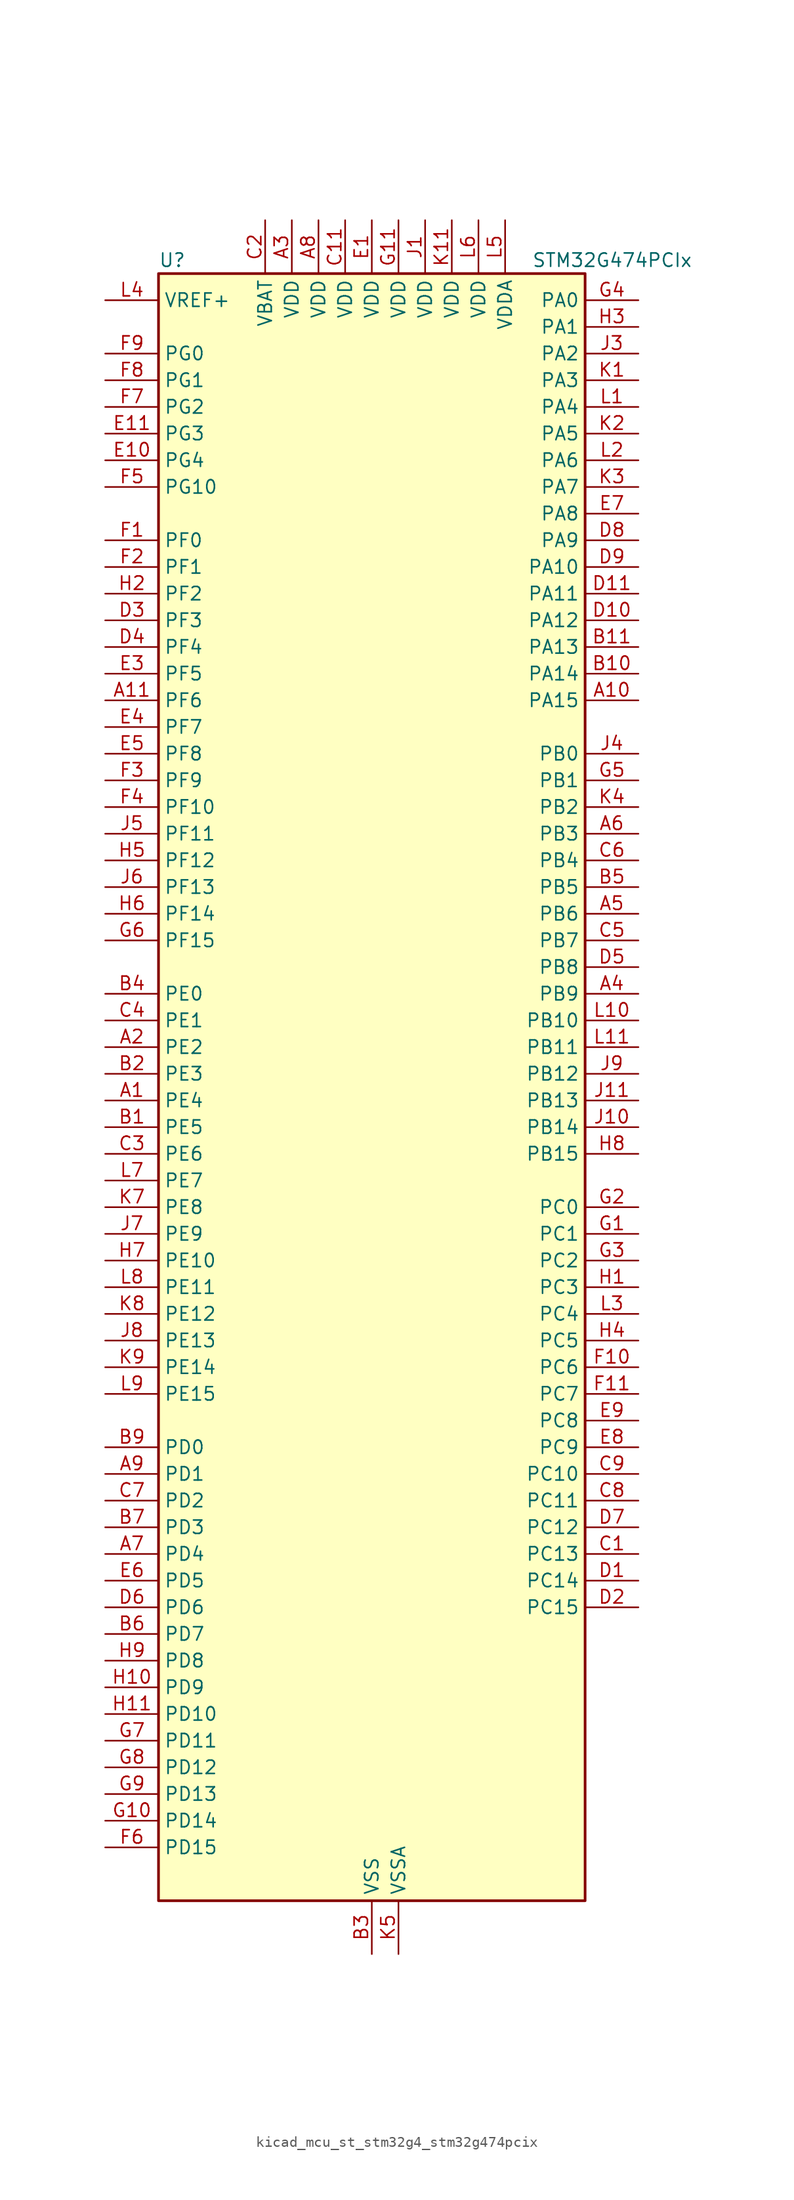
<source format=kicad_sym>
(kicad_symbol_lib
  (version 20220914)
  (generator kicad_symbol_editor)
  (symbol "kicad_mcu_st_stm32g4_stm32g474pcix"
    (property "Reference" "U"
      (at -20.32 80.01 0)
      (effects (font (size 1.27 1.27)) (justify left)))
    (property "Value" "STM32G474PCIx"
      (at 15.24 80.01 0)
      (effects (font (size 1.27 1.27)) (justify left)))
    (property "ki_locked" ""
      (at 0 0 0)
      (effects (font (size 1.27 1.27))))
    (symbol "kicad_mcu_st_stm32g4_stm32g474pcix_0_1"
      (rectangle (start -20.32 -76.2) (end 20.32 78.74) (stroke (width 0.254) (type default)) (fill (type background))))
    (symbol "kicad_mcu_st_stm32g4_stm32g474pcix_1_1"
      (pin bidirectional line (at -25.4 0 0) (length 5.08) (name "PE4" (effects (font (size 1.27 1.27)))) (number "A1" (effects (font (size 1.27 1.27)))) (alternate "FMC_A20" bidirectional line) (alternate "SAI1_D2" bidirectional line) (alternate "SAI1_FS_A" bidirectional line) (alternate "SPI4_NSS" bidirectional line) (alternate "SYS_TRACED1" bidirectional line) (alternate "TIM20_CH1N" bidirectional line) (alternate "TIM3_CH3" bidirectional line))
      (pin bidirectional line (at 25.4 38.1 180) (length 5.08) (name "PA15" (effects (font (size 1.27 1.27)))) (number "A10" (effects (font (size 1.27 1.27)))) (alternate "ADC1_EXTI15" bidirectional line) (alternate "ADC2_EXTI15" bidirectional line) (alternate "FDCAN3_TX" bidirectional line) (alternate "HRTIM1_FLT2" bidirectional line) (alternate "I2C1_SCL" bidirectional line) (alternate "I2S3_WS" bidirectional line) (alternate "SPI1_NSS" bidirectional line) (alternate "SPI3_NSS" bidirectional line) (alternate "SYS_JTDI" bidirectional line) (alternate "TIM1_BKIN" bidirectional line) (alternate "TIM2_CH1" bidirectional line) (alternate "TIM2_ETR" bidirectional line) (alternate "TIM8_CH1" bidirectional line) (alternate "UART4_DE" bidirectional line) (alternate "UART4_RTS" bidirectional line) (alternate "USART2_RX" bidirectional line))
      (pin bidirectional line (at -25.4 38.1 0) (length 5.08) (name "PF6" (effects (font (size 1.27 1.27)))) (number "A11" (effects (font (size 1.27 1.27)))) (alternate "I2C2_SCL" bidirectional line) (alternate "QUADSPI1_BK1_IO3" bidirectional line) (alternate "SAI1_SD_B" bidirectional line) (alternate "TIM4_CH4" bidirectional line) (alternate "TIM5_CH1" bidirectional line) (alternate "TIM5_ETR" bidirectional line) (alternate "USART3_RTS" bidirectional line))
      (pin bidirectional line (at -25.4 5.08 0) (length 5.08) (name "PE2" (effects (font (size 1.27 1.27)))) (number "A2" (effects (font (size 1.27 1.27)))) (alternate "ADC3_EXTI2" bidirectional line) (alternate "ADC4_EXTI2" bidirectional line) (alternate "ADC5_EXTI2" bidirectional line) (alternate "FMC_A23" bidirectional line) (alternate "SAI1_CK1" bidirectional line) (alternate "SAI1_MCLK_A" bidirectional line) (alternate "SPI4_SCK" bidirectional line) (alternate "SYS_TRACECLK" bidirectional line) (alternate "TIM20_CH1" bidirectional line) (alternate "TIM3_CH1" bidirectional line))
      (pin power_in line (at -7.62 83.82 270) (length 5.08) (name "VDD" (effects (font (size 1.27 1.27)))) (number "A3" (effects (font (size 1.27 1.27)))))
      (pin bidirectional line (at 25.4 10.16 180) (length 5.08) (name "PB9" (effects (font (size 1.27 1.27)))) (number "A4" (effects (font (size 1.27 1.27)))) (alternate "COMP2_OUT" bidirectional line) (alternate "DAC1_EXTI9" bidirectional line) (alternate "DAC2_EXTI9" bidirectional line) (alternate "DAC3_EXTI9" bidirectional line) (alternate "DAC4_EXTI9" bidirectional line) (alternate "FDCAN1_TX" bidirectional line) (alternate "HRTIM1_EEV5" bidirectional line) (alternate "I2C1_SDA" bidirectional line) (alternate "IR_OUT" bidirectional line) (alternate "SAI1_D2" bidirectional line) (alternate "SAI1_FS_A" bidirectional line) (alternate "TIM17_CH1" bidirectional line) (alternate "TIM1_CH3N" bidirectional line) (alternate "TIM4_CH4" bidirectional line) (alternate "TIM8_CH3" bidirectional line) (alternate "USART3_TX" bidirectional line))
      (pin bidirectional line (at 25.4 17.78 180) (length 5.08) (name "PB6" (effects (font (size 1.27 1.27)))) (number "A5" (effects (font (size 1.27 1.27)))) (alternate "COMP4_OUT" bidirectional line) (alternate "FDCAN2_TX" bidirectional line) (alternate "HRTIM1_EEV4" bidirectional line) (alternate "HRTIM1_SCIN" bidirectional line) (alternate "LPTIM1_ETR" bidirectional line) (alternate "SAI1_FS_B" bidirectional line) (alternate "TIM16_CH1N" bidirectional line) (alternate "TIM4_CH1" bidirectional line) (alternate "TIM8_BKIN2" bidirectional line) (alternate "TIM8_CH1" bidirectional line) (alternate "TIM8_ETR" bidirectional line) (alternate "UCPD1_CC1" bidirectional line) (alternate "USART1_TX" bidirectional line))
      (pin bidirectional line (at 25.4 25.4 180) (length 5.08) (name "PB3" (effects (font (size 1.27 1.27)))) (number "A6" (effects (font (size 1.27 1.27)))) (alternate "ADC3_EXTI3" bidirectional line) (alternate "ADC4_EXTI3" bidirectional line) (alternate "ADC5_EXTI3" bidirectional line) (alternate "CRS_SYNC" bidirectional line) (alternate "FDCAN3_RX" bidirectional line) (alternate "HRTIM1_EEV9" bidirectional line) (alternate "HRTIM1_SCOUT" bidirectional line) (alternate "I2S3_CK" bidirectional line) (alternate "SAI1_SCK_B" bidirectional line) (alternate "SPI1_SCK" bidirectional line) (alternate "SPI3_SCK" bidirectional line) (alternate "SYS_JTDO-SWO" bidirectional line) (alternate "TIM2_CH2" bidirectional line) (alternate "TIM3_ETR" bidirectional line) (alternate "TIM4_ETR" bidirectional line) (alternate "TIM8_CH1N" bidirectional line) (alternate "USART2_TX" bidirectional line))
      (pin bidirectional line (at -25.4 -43.18 0) (length 5.08) (name "PD4" (effects (font (size 1.27 1.27)))) (number "A7" (effects (font (size 1.27 1.27)))) (alternate "FMC_NOE" bidirectional line) (alternate "QUADSPI1_BK2_IO0" bidirectional line) (alternate "TIM2_CH2" bidirectional line) (alternate "USART2_DE" bidirectional line) (alternate "USART2_RTS" bidirectional line))
      (pin power_in line (at -5.08 83.82 270) (length 5.08) (name "VDD" (effects (font (size 1.27 1.27)))) (number "A8" (effects (font (size 1.27 1.27)))))
      (pin bidirectional line (at -25.4 -35.56 0) (length 5.08) (name "PD1" (effects (font (size 1.27 1.27)))) (number "A9" (effects (font (size 1.27 1.27)))) (alternate "FDCAN1_TX" bidirectional line) (alternate "FMC_D3" bidirectional line) (alternate "FMC_DA3" bidirectional line) (alternate "TIM8_BKIN2" bidirectional line) (alternate "TIM8_CH4" bidirectional line))
      (pin bidirectional line (at -25.4 -2.54 0) (length 5.08) (name "PE5" (effects (font (size 1.27 1.27)))) (number "B1" (effects (font (size 1.27 1.27)))) (alternate "FMC_A21" bidirectional line) (alternate "SAI1_CK2" bidirectional line) (alternate "SAI1_SCK_A" bidirectional line) (alternate "SPI4_MISO" bidirectional line) (alternate "SYS_TRACED2" bidirectional line) (alternate "TIM20_CH2N" bidirectional line) (alternate "TIM3_CH4" bidirectional line))
      (pin bidirectional line (at 25.4 40.64 180) (length 5.08) (name "PA14" (effects (font (size 1.27 1.27)))) (number "B10" (effects (font (size 1.27 1.27)))) (alternate "I2C1_SDA" bidirectional line) (alternate "I2C4_SMBA" bidirectional line) (alternate "LPTIM1_OUT" bidirectional line) (alternate "SAI1_FS_B" bidirectional line) (alternate "SYS_JTCK-SWCLK" bidirectional line) (alternate "TIM1_BKIN" bidirectional line) (alternate "TIM8_CH2" bidirectional line) (alternate "USART2_TX" bidirectional line))
      (pin bidirectional line (at 25.4 43.18 180) (length 5.08) (name "PA13" (effects (font (size 1.27 1.27)))) (number "B11" (effects (font (size 1.27 1.27)))) (alternate "I2C1_SCL" bidirectional line) (alternate "I2C4_SCL" bidirectional line) (alternate "IR_OUT" bidirectional line) (alternate "SAI1_SD_B" bidirectional line) (alternate "SYS_JTMS-SWDIO" bidirectional line) (alternate "TIM16_CH1N" bidirectional line) (alternate "TIM4_CH3" bidirectional line) (alternate "USART3_CTS" bidirectional line) (alternate "USART3_NSS" bidirectional line))
      (pin bidirectional line (at -25.4 2.54 0) (length 5.08) (name "PE3" (effects (font (size 1.27 1.27)))) (number "B2" (effects (font (size 1.27 1.27)))) (alternate "ADC3_EXTI3" bidirectional line) (alternate "ADC4_EXTI3" bidirectional line) (alternate "ADC5_EXTI3" bidirectional line) (alternate "FMC_A19" bidirectional line) (alternate "SAI1_SD_B" bidirectional line) (alternate "SPI4_NSS" bidirectional line) (alternate "SYS_TRACED0" bidirectional line) (alternate "TIM20_CH2" bidirectional line) (alternate "TIM3_CH2" bidirectional line))
      (pin power_in line (at 0 -81.28 90) (length 5.08) (name "VSS" (effects (font (size 1.27 1.27)))) (number "B3" (effects (font (size 1.27 1.27)))))
      (pin bidirectional line (at -25.4 10.16 0) (length 5.08) (name "PE0" (effects (font (size 1.27 1.27)))) (number "B4" (effects (font (size 1.27 1.27)))) (alternate "FMC_NBL0" bidirectional line) (alternate "TIM16_CH1" bidirectional line) (alternate "TIM20_CH4N" bidirectional line) (alternate "TIM20_ETR" bidirectional line) (alternate "TIM4_ETR" bidirectional line) (alternate "USART1_TX" bidirectional line))
      (pin bidirectional line (at 25.4 20.32 180) (length 5.08) (name "PB5" (effects (font (size 1.27 1.27)))) (number "B5" (effects (font (size 1.27 1.27)))) (alternate "FDCAN2_RX" bidirectional line) (alternate "HRTIM1_EEV6" bidirectional line) (alternate "I2C1_SMBA" bidirectional line) (alternate "I2C3_SDA" bidirectional line) (alternate "I2S3_SD" bidirectional line) (alternate "LPTIM1_IN1" bidirectional line) (alternate "SAI1_SD_B" bidirectional line) (alternate "SPI1_MOSI" bidirectional line) (alternate "SPI3_MOSI" bidirectional line) (alternate "TIM16_BKIN" bidirectional line) (alternate "TIM17_CH1" bidirectional line) (alternate "TIM3_CH2" bidirectional line) (alternate "TIM8_CH3N" bidirectional line) (alternate "UART5_CTS" bidirectional line) (alternate "USART2_CK" bidirectional line))
      (pin bidirectional line (at -25.4 -50.8 0) (length 5.08) (name "PD7" (effects (font (size 1.27 1.27)))) (number "B6" (effects (font (size 1.27 1.27)))) (alternate "FMC_NCE" bidirectional line) (alternate "FMC_NE1" bidirectional line) (alternate "QUADSPI1_BK2_IO3" bidirectional line) (alternate "TIM2_CH3" bidirectional line) (alternate "USART2_CK" bidirectional line))
      (pin bidirectional line (at -25.4 -40.64 0) (length 5.08) (name "PD3" (effects (font (size 1.27 1.27)))) (number "B7" (effects (font (size 1.27 1.27)))) (alternate "ADC3_EXTI3" bidirectional line) (alternate "ADC4_EXTI3" bidirectional line) (alternate "ADC5_EXTI3" bidirectional line) (alternate "FMC_CLK" bidirectional line) (alternate "QUADSPI1_BK2_NCS" bidirectional line) (alternate "TIM2_CH1" bidirectional line) (alternate "TIM2_ETR" bidirectional line) (alternate "USART2_CTS" bidirectional line) (alternate "USART2_NSS" bidirectional line))
      (pin passive line (at 0 -81.28 90) (length 5.08) hide (name "VSS" (effects (font (size 1.27 1.27)))) (number "B8" (effects (font (size 1.27 1.27)))))
      (pin bidirectional line (at -25.4 -33.02 0) (length 5.08) (name "PD0" (effects (font (size 1.27 1.27)))) (number "B9" (effects (font (size 1.27 1.27)))) (alternate "FDCAN1_RX" bidirectional line) (alternate "FMC_D2" bidirectional line) (alternate "FMC_DA2" bidirectional line) (alternate "TIM8_CH4N" bidirectional line))
      (pin bidirectional line (at 25.4 -43.18 180) (length 5.08) (name "PC13" (effects (font (size 1.27 1.27)))) (number "C1" (effects (font (size 1.27 1.27)))) (alternate "RTC_OUT1" bidirectional line) (alternate "RTC_TAMP1" bidirectional line) (alternate "RTC_TS" bidirectional line) (alternate "SYS_WKUP2" bidirectional line) (alternate "TIM1_BKIN" bidirectional line) (alternate "TIM1_CH1N" bidirectional line) (alternate "TIM8_CH4N" bidirectional line))
      (pin passive line (at 0 -81.28 90) (length 5.08) hide (name "VSS" (effects (font (size 1.27 1.27)))) (number "C10" (effects (font (size 1.27 1.27)))))
      (pin power_in line (at -2.54 83.82 270) (length 5.08) (name "VDD" (effects (font (size 1.27 1.27)))) (number "C11" (effects (font (size 1.27 1.27)))))
      (pin power_in line (at -10.16 83.82 270) (length 5.08) (name "VBAT" (effects (font (size 1.27 1.27)))) (number "C2" (effects (font (size 1.27 1.27)))))
      (pin bidirectional line (at -25.4 -5.08 0) (length 5.08) (name "PE6" (effects (font (size 1.27 1.27)))) (number "C3" (effects (font (size 1.27 1.27)))) (alternate "FMC_A22" bidirectional line) (alternate "RTC_TAMP3" bidirectional line) (alternate "SAI1_D1" bidirectional line) (alternate "SAI1_SD_A" bidirectional line) (alternate "SPI4_MOSI" bidirectional line) (alternate "SYS_TRACED3" bidirectional line) (alternate "SYS_WKUP3" bidirectional line) (alternate "TIM20_CH3N" bidirectional line))
      (pin bidirectional line (at -25.4 7.62 0) (length 5.08) (name "PE1" (effects (font (size 1.27 1.27)))) (number "C4" (effects (font (size 1.27 1.27)))) (alternate "FMC_NBL1" bidirectional line) (alternate "TIM17_CH1" bidirectional line) (alternate "TIM20_CH4" bidirectional line) (alternate "USART1_RX" bidirectional line))
      (pin bidirectional line (at 25.4 15.24 180) (length 5.08) (name "PB7" (effects (font (size 1.27 1.27)))) (number "C5" (effects (font (size 1.27 1.27)))) (alternate "COMP3_OUT" bidirectional line) (alternate "FMC_NL" bidirectional line) (alternate "HRTIM1_EEV3" bidirectional line) (alternate "I2C1_SDA" bidirectional line) (alternate "I2C4_SDA" bidirectional line) (alternate "LPTIM1_IN2" bidirectional line) (alternate "SYS_PVD_IN" bidirectional line) (alternate "TIM17_CH1N" bidirectional line) (alternate "TIM3_CH4" bidirectional line) (alternate "TIM4_CH2" bidirectional line) (alternate "TIM8_BKIN" bidirectional line) (alternate "UART4_CTS" bidirectional line) (alternate "USART1_RX" bidirectional line))
      (pin bidirectional line (at 25.4 22.86 180) (length 5.08) (name "PB4" (effects (font (size 1.27 1.27)))) (number "C6" (effects (font (size 1.27 1.27)))) (alternate "FDCAN3_TX" bidirectional line) (alternate "HRTIM1_EEV7" bidirectional line) (alternate "SAI1_MCLK_B" bidirectional line) (alternate "SPI1_MISO" bidirectional line) (alternate "SPI3_MISO" bidirectional line) (alternate "SYS_JTRST" bidirectional line) (alternate "TIM16_CH1" bidirectional line) (alternate "TIM17_BKIN" bidirectional line) (alternate "TIM3_CH1" bidirectional line) (alternate "TIM8_CH2N" bidirectional line) (alternate "UART5_DE" bidirectional line) (alternate "UART5_RTS" bidirectional line) (alternate "UCPD1_CC2" bidirectional line) (alternate "USART2_RX" bidirectional line))
      (pin bidirectional line (at -25.4 -38.1 0) (length 5.08) (name "PD2" (effects (font (size 1.27 1.27)))) (number "C7" (effects (font (size 1.27 1.27)))) (alternate "ADC3_EXTI2" bidirectional line) (alternate "ADC4_EXTI2" bidirectional line) (alternate "ADC5_EXTI2" bidirectional line) (alternate "TIM3_ETR" bidirectional line) (alternate "TIM8_BKIN" bidirectional line) (alternate "UART5_RX" bidirectional line))
      (pin bidirectional line (at 25.4 -38.1 180) (length 5.08) (name "PC11" (effects (font (size 1.27 1.27)))) (number "C8" (effects (font (size 1.27 1.27)))) (alternate "ADC1_EXTI11" bidirectional line) (alternate "ADC2_EXTI11" bidirectional line) (alternate "HRTIM1_EEV2" bidirectional line) (alternate "I2C3_SDA" bidirectional line) (alternate "SPI3_MISO" bidirectional line) (alternate "TIM8_CH2N" bidirectional line) (alternate "UART4_RX" bidirectional line) (alternate "USART3_RX" bidirectional line))
      (pin bidirectional line (at 25.4 -35.56 180) (length 5.08) (name "PC10" (effects (font (size 1.27 1.27)))) (number "C9" (effects (font (size 1.27 1.27)))) (alternate "DAC1_EXTI10" bidirectional line) (alternate "DAC2_EXTI10" bidirectional line) (alternate "DAC3_EXTI10" bidirectional line) (alternate "DAC4_EXTI10" bidirectional line) (alternate "HRTIM1_FLT6" bidirectional line) (alternate "I2S3_CK" bidirectional line) (alternate "SPI3_SCK" bidirectional line) (alternate "TIM8_CH1N" bidirectional line) (alternate "UART4_TX" bidirectional line) (alternate "USART3_TX" bidirectional line))
      (pin bidirectional line (at 25.4 -45.72 180) (length 5.08) (name "PC14" (effects (font (size 1.27 1.27)))) (number "D1" (effects (font (size 1.27 1.27)))) (alternate "RCC_OSC32_IN" bidirectional line))
      (pin bidirectional line (at 25.4 45.72 180) (length 5.08) (name "PA12" (effects (font (size 1.27 1.27)))) (number "D10" (effects (font (size 1.27 1.27)))) (alternate "COMP2_OUT" bidirectional line) (alternate "FDCAN1_TX" bidirectional line) (alternate "HRTIM1_FLT1" bidirectional line) (alternate "I2S_CKIN" bidirectional line) (alternate "TIM16_CH1" bidirectional line) (alternate "TIM1_CH2N" bidirectional line) (alternate "TIM1_ETR" bidirectional line) (alternate "TIM4_CH2" bidirectional line) (alternate "USART1_DE" bidirectional line) (alternate "USART1_RTS" bidirectional line) (alternate "USB_DP" bidirectional line))
      (pin bidirectional line (at 25.4 48.26 180) (length 5.08) (name "PA11" (effects (font (size 1.27 1.27)))) (number "D11" (effects (font (size 1.27 1.27)))) (alternate "ADC1_EXTI11" bidirectional line) (alternate "ADC2_EXTI11" bidirectional line) (alternate "COMP1_OUT" bidirectional line) (alternate "FDCAN1_RX" bidirectional line) (alternate "HRTIM1_CHB2" bidirectional line) (alternate "I2S2_SD" bidirectional line) (alternate "SPI2_MOSI" bidirectional line) (alternate "TIM1_BKIN2" bidirectional line) (alternate "TIM1_CH1N" bidirectional line) (alternate "TIM1_CH4" bidirectional line) (alternate "TIM4_CH1" bidirectional line) (alternate "USART1_CTS" bidirectional line) (alternate "USART1_NSS" bidirectional line) (alternate "USB_DM" bidirectional line))
      (pin bidirectional line (at 25.4 -48.26 180) (length 5.08) (name "PC15" (effects (font (size 1.27 1.27)))) (number "D2" (effects (font (size 1.27 1.27)))) (alternate "ADC1_EXTI15" bidirectional line) (alternate "ADC2_EXTI15" bidirectional line) (alternate "RCC_OSC32_OUT" bidirectional line))
      (pin bidirectional line (at -25.4 45.72 0) (length 5.08) (name "PF3" (effects (font (size 1.27 1.27)))) (number "D3" (effects (font (size 1.27 1.27)))) (alternate "ADC3_EXTI3" bidirectional line) (alternate "ADC4_EXTI3" bidirectional line) (alternate "ADC5_EXTI3" bidirectional line) (alternate "FMC_A3" bidirectional line) (alternate "I2C3_SCL" bidirectional line) (alternate "TIM20_CH4" bidirectional line))
      (pin bidirectional line (at -25.4 43.18 0) (length 5.08) (name "PF4" (effects (font (size 1.27 1.27)))) (number "D4" (effects (font (size 1.27 1.27)))) (alternate "COMP1_OUT" bidirectional line) (alternate "FMC_A4" bidirectional line) (alternate "I2C3_SDA" bidirectional line) (alternate "TIM20_CH1N" bidirectional line))
      (pin bidirectional line (at 25.4 12.7 180) (length 5.08) (name "PB8" (effects (font (size 1.27 1.27)))) (number "D5" (effects (font (size 1.27 1.27)))) (alternate "COMP1_OUT" bidirectional line) (alternate "FDCAN1_RX" bidirectional line) (alternate "HRTIM1_EEV8" bidirectional line) (alternate "I2C1_SCL" bidirectional line) (alternate "SAI1_CK1" bidirectional line) (alternate "SAI1_MCLK_A" bidirectional line) (alternate "TIM16_CH1" bidirectional line) (alternate "TIM1_BKIN" bidirectional line) (alternate "TIM4_CH3" bidirectional line) (alternate "TIM8_CH2" bidirectional line) (alternate "USART3_RX" bidirectional line))
      (pin bidirectional line (at -25.4 -48.26 0) (length 5.08) (name "PD6" (effects (font (size 1.27 1.27)))) (number "D6" (effects (font (size 1.27 1.27)))) (alternate "FMC_NWAIT" bidirectional line) (alternate "QUADSPI1_BK2_IO2" bidirectional line) (alternate "SAI1_D1" bidirectional line) (alternate "SAI1_SD_A" bidirectional line) (alternate "TIM2_CH4" bidirectional line) (alternate "USART2_RX" bidirectional line))
      (pin bidirectional line (at 25.4 -40.64 180) (length 5.08) (name "PC12" (effects (font (size 1.27 1.27)))) (number "D7" (effects (font (size 1.27 1.27)))) (alternate "HRTIM1_EEV1" bidirectional line) (alternate "I2S3_SD" bidirectional line) (alternate "SPI3_MOSI" bidirectional line) (alternate "TIM5_CH2" bidirectional line) (alternate "TIM8_CH3N" bidirectional line) (alternate "UART5_TX" bidirectional line) (alternate "UCPD1_FRSTX1" bidirectional line) (alternate "UCPD1_FRSTX2" bidirectional line) (alternate "USART3_CK" bidirectional line))
      (pin bidirectional line (at 25.4 53.34 180) (length 5.08) (name "PA9" (effects (font (size 1.27 1.27)))) (number "D8" (effects (font (size 1.27 1.27)))) (alternate "ADC5_IN2" bidirectional line) (alternate "COMP5_OUT" bidirectional line) (alternate "DAC1_EXTI9" bidirectional line) (alternate "DAC2_EXTI9" bidirectional line) (alternate "DAC3_EXTI9" bidirectional line) (alternate "DAC4_EXTI9" bidirectional line) (alternate "HRTIM1_CHA2" bidirectional line) (alternate "I2C2_SCL" bidirectional line) (alternate "I2C3_SMBA" bidirectional line) (alternate "I2S3_MCK" bidirectional line) (alternate "SAI1_FS_A" bidirectional line) (alternate "TIM15_BKIN" bidirectional line) (alternate "TIM1_CH2" bidirectional line) (alternate "TIM2_CH3" bidirectional line) (alternate "UCPD1_DBCC1" bidirectional line) (alternate "USART1_TX" bidirectional line))
      (pin bidirectional line (at 25.4 50.8 180) (length 5.08) (name "PA10" (effects (font (size 1.27 1.27)))) (number "D9" (effects (font (size 1.27 1.27)))) (alternate "COMP6_OUT" bidirectional line) (alternate "CRS_SYNC" bidirectional line) (alternate "DAC1_EXTI10" bidirectional line) (alternate "DAC2_EXTI10" bidirectional line) (alternate "DAC3_EXTI10" bidirectional line) (alternate "DAC4_EXTI10" bidirectional line) (alternate "HRTIM1_CHB1" bidirectional line) (alternate "I2C2_SMBA" bidirectional line) (alternate "SAI1_D1" bidirectional line) (alternate "SAI1_SD_A" bidirectional line) (alternate "SPI2_MISO" bidirectional line) (alternate "TIM17_BKIN" bidirectional line) (alternate "TIM1_CH3" bidirectional line) (alternate "TIM2_CH4" bidirectional line) (alternate "TIM8_BKIN" bidirectional line) (alternate "UCPD1_DBCC2" bidirectional line) (alternate "USART1_RX" bidirectional line))
      (pin power_in line (at 0 83.82 270) (length 5.08) (name "VDD" (effects (font (size 1.27 1.27)))) (number "E1" (effects (font (size 1.27 1.27)))))
      (pin bidirectional line (at -25.4 60.96 0) (length 5.08) (name "PG4" (effects (font (size 1.27 1.27)))) (number "E10" (effects (font (size 1.27 1.27)))) (alternate "FMC_A14" bidirectional line) (alternate "I2C4_SDA" bidirectional line) (alternate "SPI1_MOSI" bidirectional line) (alternate "TIM20_BKIN2" bidirectional line))
      (pin bidirectional line (at -25.4 63.5 0) (length 5.08) (name "PG3" (effects (font (size 1.27 1.27)))) (number "E11" (effects (font (size 1.27 1.27)))) (alternate "ADC3_EXTI3" bidirectional line) (alternate "ADC4_EXTI3" bidirectional line) (alternate "ADC5_EXTI3" bidirectional line) (alternate "FMC_A13" bidirectional line) (alternate "I2C4_SCL" bidirectional line) (alternate "SPI1_MISO" bidirectional line) (alternate "TIM20_BKIN" bidirectional line) (alternate "TIM20_CH4N" bidirectional line))
      (pin passive line (at 0 -81.28 90) (length 5.08) hide (name "VSS" (effects (font (size 1.27 1.27)))) (number "E2" (effects (font (size 1.27 1.27)))))
      (pin bidirectional line (at -25.4 40.64 0) (length 5.08) (name "PF5" (effects (font (size 1.27 1.27)))) (number "E3" (effects (font (size 1.27 1.27)))) (alternate "FMC_A5" bidirectional line) (alternate "TIM20_CH2N" bidirectional line))
      (pin bidirectional line (at -25.4 35.56 0) (length 5.08) (name "PF7" (effects (font (size 1.27 1.27)))) (number "E4" (effects (font (size 1.27 1.27)))) (alternate "FMC_A1" bidirectional line) (alternate "QUADSPI1_BK1_IO2" bidirectional line) (alternate "SAI1_MCLK_B" bidirectional line) (alternate "TIM20_BKIN" bidirectional line) (alternate "TIM5_CH2" bidirectional line))
      (pin bidirectional line (at -25.4 33.02 0) (length 5.08) (name "PF8" (effects (font (size 1.27 1.27)))) (number "E5" (effects (font (size 1.27 1.27)))) (alternate "FMC_A24" bidirectional line) (alternate "QUADSPI1_BK1_IO0" bidirectional line) (alternate "SAI1_SCK_B" bidirectional line) (alternate "TIM20_BKIN2" bidirectional line) (alternate "TIM5_CH3" bidirectional line))
      (pin bidirectional line (at -25.4 -45.72 0) (length 5.08) (name "PD5" (effects (font (size 1.27 1.27)))) (number "E6" (effects (font (size 1.27 1.27)))) (alternate "FMC_NWE" bidirectional line) (alternate "QUADSPI1_BK2_IO1" bidirectional line) (alternate "USART2_TX" bidirectional line))
      (pin bidirectional line (at 25.4 55.88 180) (length 5.08) (name "PA8" (effects (font (size 1.27 1.27)))) (number "E7" (effects (font (size 1.27 1.27)))) (alternate "ADC5_IN1" bidirectional line) (alternate "COMP7_OUT" bidirectional line) (alternate "FDCAN3_RX" bidirectional line) (alternate "HRTIM1_CHA1" bidirectional line) (alternate "I2C2_SDA" bidirectional line) (alternate "I2C3_SCL" bidirectional line) (alternate "I2S2_MCK" bidirectional line) (alternate "OPAMP5_VOUT" bidirectional line) (alternate "RCC_MCO" bidirectional line) (alternate "SAI1_CK2" bidirectional line) (alternate "SAI1_SCK_A" bidirectional line) (alternate "TIM1_CH1" bidirectional line) (alternate "TIM4_ETR" bidirectional line) (alternate "USART1_CK" bidirectional line))
      (pin bidirectional line (at 25.4 -33.02 180) (length 5.08) (name "PC9" (effects (font (size 1.27 1.27)))) (number "E8" (effects (font (size 1.27 1.27)))) (alternate "DAC1_EXTI9" bidirectional line) (alternate "DAC2_EXTI9" bidirectional line) (alternate "DAC3_EXTI9" bidirectional line) (alternate "DAC4_EXTI9" bidirectional line) (alternate "HRTIM1_CHE2" bidirectional line) (alternate "I2C3_SDA" bidirectional line) (alternate "I2S_CKIN" bidirectional line) (alternate "TIM3_CH4" bidirectional line) (alternate "TIM8_BKIN2" bidirectional line) (alternate "TIM8_CH4" bidirectional line))
      (pin bidirectional line (at 25.4 -30.48 180) (length 5.08) (name "PC8" (effects (font (size 1.27 1.27)))) (number "E9" (effects (font (size 1.27 1.27)))) (alternate "COMP7_OUT" bidirectional line) (alternate "HRTIM1_CHE1" bidirectional line) (alternate "I2C3_SCL" bidirectional line) (alternate "TIM20_CH3" bidirectional line) (alternate "TIM3_CH3" bidirectional line) (alternate "TIM8_CH3" bidirectional line))
      (pin bidirectional line (at -25.4 53.34 0) (length 5.08) (name "PF0" (effects (font (size 1.27 1.27)))) (number "F1" (effects (font (size 1.27 1.27)))) (alternate "ADC1_IN10" bidirectional line) (alternate "I2C2_SDA" bidirectional line) (alternate "I2S2_WS" bidirectional line) (alternate "RCC_OSC_IN" bidirectional line) (alternate "SPI2_NSS" bidirectional line) (alternate "TIM1_CH3N" bidirectional line))
      (pin bidirectional line (at 25.4 -25.4 180) (length 5.08) (name "PC6" (effects (font (size 1.27 1.27)))) (number "F10" (effects (font (size 1.27 1.27)))) (alternate "COMP6_OUT" bidirectional line) (alternate "HRTIM1_CHF1" bidirectional line) (alternate "HRTIM1_EEV10" bidirectional line) (alternate "I2C4_SCL" bidirectional line) (alternate "I2S2_MCK" bidirectional line) (alternate "TIM3_CH1" bidirectional line) (alternate "TIM8_CH1" bidirectional line))
      (pin bidirectional line (at 25.4 -27.94 180) (length 5.08) (name "PC7" (effects (font (size 1.27 1.27)))) (number "F11" (effects (font (size 1.27 1.27)))) (alternate "COMP5_OUT" bidirectional line) (alternate "HRTIM1_CHF2" bidirectional line) (alternate "HRTIM1_FLT5" bidirectional line) (alternate "I2C4_SDA" bidirectional line) (alternate "I2S3_MCK" bidirectional line) (alternate "TIM3_CH2" bidirectional line) (alternate "TIM8_CH2" bidirectional line))
      (pin bidirectional line (at -25.4 50.8 0) (length 5.08) (name "PF1" (effects (font (size 1.27 1.27)))) (number "F2" (effects (font (size 1.27 1.27)))) (alternate "ADC2_IN10" bidirectional line) (alternate "COMP3_INM" bidirectional line) (alternate "I2S2_CK" bidirectional line) (alternate "RCC_OSC_OUT" bidirectional line) (alternate "SPI2_SCK" bidirectional line))
      (pin bidirectional line (at -25.4 30.48 0) (length 5.08) (name "PF9" (effects (font (size 1.27 1.27)))) (number "F3" (effects (font (size 1.27 1.27)))) (alternate "DAC1_EXTI9" bidirectional line) (alternate "DAC2_EXTI9" bidirectional line) (alternate "DAC3_EXTI9" bidirectional line) (alternate "DAC4_EXTI9" bidirectional line) (alternate "FMC_A25" bidirectional line) (alternate "QUADSPI1_BK1_IO1" bidirectional line) (alternate "SAI1_FS_B" bidirectional line) (alternate "SPI2_SCK" bidirectional line) (alternate "TIM15_CH1" bidirectional line) (alternate "TIM20_BKIN" bidirectional line) (alternate "TIM5_CH4" bidirectional line))
      (pin bidirectional line (at -25.4 27.94 0) (length 5.08) (name "PF10" (effects (font (size 1.27 1.27)))) (number "F4" (effects (font (size 1.27 1.27)))) (alternate "DAC1_EXTI10" bidirectional line) (alternate "DAC2_EXTI10" bidirectional line) (alternate "DAC3_EXTI10" bidirectional line) (alternate "DAC4_EXTI10" bidirectional line) (alternate "FMC_A0" bidirectional line) (alternate "QUADSPI1_CLK" bidirectional line) (alternate "SAI1_D3" bidirectional line) (alternate "SPI2_SCK" bidirectional line) (alternate "TIM15_CH2" bidirectional line) (alternate "TIM20_BKIN2" bidirectional line))
      (pin bidirectional line (at -25.4 58.42 0) (length 5.08) (name "PG10" (effects (font (size 1.27 1.27)))) (number "F5" (effects (font (size 1.27 1.27)))) (alternate "DAC1_EXTI10" bidirectional line) (alternate "DAC2_EXTI10" bidirectional line) (alternate "DAC3_EXTI10" bidirectional line) (alternate "DAC4_EXTI10" bidirectional line) (alternate "RCC_MCO" bidirectional line))
      (pin bidirectional line (at -25.4 -71.12 0) (length 5.08) (name "PD15" (effects (font (size 1.27 1.27)))) (number "F6" (effects (font (size 1.27 1.27)))) (alternate "ADC1_EXTI15" bidirectional line) (alternate "ADC2_EXTI15" bidirectional line) (alternate "COMP7_INM" bidirectional line) (alternate "FMC_D1" bidirectional line) (alternate "FMC_DA1" bidirectional line) (alternate "SPI2_NSS" bidirectional line) (alternate "TIM4_CH4" bidirectional line))
      (pin bidirectional line (at -25.4 66.04 0) (length 5.08) (name "PG2" (effects (font (size 1.27 1.27)))) (number "F7" (effects (font (size 1.27 1.27)))) (alternate "ADC3_EXTI2" bidirectional line) (alternate "ADC4_EXTI2" bidirectional line) (alternate "ADC5_EXTI2" bidirectional line) (alternate "FMC_A12" bidirectional line) (alternate "SPI1_SCK" bidirectional line) (alternate "TIM20_CH3N" bidirectional line))
      (pin bidirectional line (at -25.4 68.58 0) (length 5.08) (name "PG1" (effects (font (size 1.27 1.27)))) (number "F8" (effects (font (size 1.27 1.27)))) (alternate "FMC_A11" bidirectional line) (alternate "TIM20_CH2N" bidirectional line))
      (pin bidirectional line (at -25.4 71.12 0) (length 5.08) (name "PG0" (effects (font (size 1.27 1.27)))) (number "F9" (effects (font (size 1.27 1.27)))) (alternate "FMC_A10" bidirectional line) (alternate "TIM20_CH1N" bidirectional line))
      (pin bidirectional line (at 25.4 -12.7 180) (length 5.08) (name "PC1" (effects (font (size 1.27 1.27)))) (number "G1" (effects (font (size 1.27 1.27)))) (alternate "ADC1_IN7" bidirectional line) (alternate "ADC2_IN7" bidirectional line) (alternate "COMP3_INP" bidirectional line) (alternate "LPTIM1_OUT" bidirectional line) (alternate "LPUART1_TX" bidirectional line) (alternate "QUADSPI1_BK2_IO0" bidirectional line) (alternate "SAI1_SD_A" bidirectional line) (alternate "TIM1_CH2" bidirectional line))
      (pin bidirectional line (at -25.4 -68.58 0) (length 5.08) (name "PD14" (effects (font (size 1.27 1.27)))) (number "G10" (effects (font (size 1.27 1.27)))) (alternate "ADC3_IN11" bidirectional line) (alternate "ADC4_IN11" bidirectional line) (alternate "ADC5_IN11" bidirectional line) (alternate "COMP7_INP" bidirectional line) (alternate "FMC_D0" bidirectional line) (alternate "FMC_DA0" bidirectional line) (alternate "OPAMP2_VINP" bidirectional line) (alternate "OPAMP2_VINP_SEC" bidirectional line) (alternate "TIM4_CH3" bidirectional line))
      (pin power_in line (at 2.54 83.82 270) (length 5.08) (name "VDD" (effects (font (size 1.27 1.27)))) (number "G11" (effects (font (size 1.27 1.27)))))
      (pin bidirectional line (at 25.4 -10.16 180) (length 5.08) (name "PC0" (effects (font (size 1.27 1.27)))) (number "G2" (effects (font (size 1.27 1.27)))) (alternate "ADC1_IN6" bidirectional line) (alternate "ADC2_IN6" bidirectional line) (alternate "COMP3_INM" bidirectional line) (alternate "LPTIM1_IN1" bidirectional line) (alternate "LPUART1_RX" bidirectional line) (alternate "TIM1_CH1" bidirectional line))
      (pin bidirectional line (at 25.4 -15.24 180) (length 5.08) (name "PC2" (effects (font (size 1.27 1.27)))) (number "G3" (effects (font (size 1.27 1.27)))) (alternate "ADC1_IN8" bidirectional line) (alternate "ADC2_IN8" bidirectional line) (alternate "ADC3_EXTI2" bidirectional line) (alternate "ADC4_EXTI2" bidirectional line) (alternate "ADC5_EXTI2" bidirectional line) (alternate "COMP3_OUT" bidirectional line) (alternate "LPTIM1_IN2" bidirectional line) (alternate "QUADSPI1_BK2_IO1" bidirectional line) (alternate "TIM1_CH3" bidirectional line) (alternate "TIM20_CH2" bidirectional line))
      (pin bidirectional line (at 25.4 76.2 180) (length 5.08) (name "PA0" (effects (font (size 1.27 1.27)))) (number "G4" (effects (font (size 1.27 1.27)))) (alternate "ADC1_IN1" bidirectional line) (alternate "ADC2_IN1" bidirectional line) (alternate "COMP1_INM" bidirectional line) (alternate "COMP1_OUT" bidirectional line) (alternate "COMP3_INP" bidirectional line) (alternate "RTC_TAMP2" bidirectional line) (alternate "SYS_WKUP1" bidirectional line) (alternate "TIM2_CH1" bidirectional line) (alternate "TIM2_ETR" bidirectional line) (alternate "TIM5_CH1" bidirectional line) (alternate "TIM8_BKIN" bidirectional line) (alternate "TIM8_ETR" bidirectional line) (alternate "USART2_CTS" bidirectional line) (alternate "USART2_NSS" bidirectional line))
      (pin bidirectional line (at 25.4 30.48 180) (length 5.08) (name "PB1" (effects (font (size 1.27 1.27)))) (number "G5" (effects (font (size 1.27 1.27)))) (alternate "ADC1_IN12" bidirectional line) (alternate "ADC3_IN1" bidirectional line) (alternate "COMP1_INP" bidirectional line) (alternate "COMP4_OUT" bidirectional line) (alternate "HRTIM1_SCOUT" bidirectional line) (alternate "LPUART1_DE" bidirectional line) (alternate "LPUART1_RTS" bidirectional line) (alternate "OPAMP3_VOUT" bidirectional line) (alternate "OPAMP6_VINM" bidirectional line) (alternate "OPAMP6_VINM1" bidirectional line) (alternate "OPAMP6_VINM_SEC" bidirectional line) (alternate "QUADSPI1_BK1_IO0" bidirectional line) (alternate "TIM1_CH3N" bidirectional line) (alternate "TIM3_CH4" bidirectional line) (alternate "TIM8_CH3N" bidirectional line))
      (pin bidirectional line (at -25.4 15.24 0) (length 5.08) (name "PF15" (effects (font (size 1.27 1.27)))) (number "G6" (effects (font (size 1.27 1.27)))) (alternate "ADC1_EXTI15" bidirectional line) (alternate "ADC2_EXTI15" bidirectional line) (alternate "FMC_A9" bidirectional line) (alternate "I2C4_SDA" bidirectional line) (alternate "TIM20_CH4" bidirectional line))
      (pin bidirectional line (at -25.4 -60.96 0) (length 5.08) (name "PD11" (effects (font (size 1.27 1.27)))) (number "G7" (effects (font (size 1.27 1.27)))) (alternate "ADC1_EXTI11" bidirectional line) (alternate "ADC2_EXTI11" bidirectional line) (alternate "ADC3_IN8" bidirectional line) (alternate "ADC4_IN8" bidirectional line) (alternate "ADC5_IN8" bidirectional line) (alternate "COMP6_INP" bidirectional line) (alternate "FMC_A16" bidirectional line) (alternate "FMC_CLE" bidirectional line) (alternate "I2C4_SMBA" bidirectional line) (alternate "OPAMP4_VINP" bidirectional line) (alternate "OPAMP4_VINP_SEC" bidirectional line) (alternate "TIM5_ETR" bidirectional line) (alternate "USART3_CTS" bidirectional line) (alternate "USART3_NSS" bidirectional line))
      (pin bidirectional line (at -25.4 -63.5 0) (length 5.08) (name "PD12" (effects (font (size 1.27 1.27)))) (number "G8" (effects (font (size 1.27 1.27)))) (alternate "ADC3_IN9" bidirectional line) (alternate "ADC4_IN9" bidirectional line) (alternate "ADC5_IN9" bidirectional line) (alternate "COMP5_INP" bidirectional line) (alternate "FMC_A17" bidirectional line) (alternate "FMC_ALE" bidirectional line) (alternate "OPAMP5_VINP" bidirectional line) (alternate "OPAMP5_VINP_SEC" bidirectional line) (alternate "TIM4_CH1" bidirectional line) (alternate "USART3_DE" bidirectional line) (alternate "USART3_RTS" bidirectional line))
      (pin bidirectional line (at -25.4 -66.04 0) (length 5.08) (name "PD13" (effects (font (size 1.27 1.27)))) (number "G9" (effects (font (size 1.27 1.27)))) (alternate "ADC3_IN10" bidirectional line) (alternate "ADC4_IN10" bidirectional line) (alternate "ADC5_IN10" bidirectional line) (alternate "COMP5_INM" bidirectional line) (alternate "FMC_A18" bidirectional line) (alternate "TIM4_CH2" bidirectional line))
      (pin bidirectional line (at 25.4 -17.78 180) (length 5.08) (name "PC3" (effects (font (size 1.27 1.27)))) (number "H1" (effects (font (size 1.27 1.27)))) (alternate "ADC1_IN9" bidirectional line) (alternate "ADC2_IN9" bidirectional line) (alternate "ADC3_EXTI3" bidirectional line) (alternate "ADC4_EXTI3" bidirectional line) (alternate "ADC5_EXTI3" bidirectional line) (alternate "LPTIM1_ETR" bidirectional line) (alternate "OPAMP5_VINP" bidirectional line) (alternate "OPAMP5_VINP_SEC" bidirectional line) (alternate "QUADSPI1_BK2_IO2" bidirectional line) (alternate "SAI1_D1" bidirectional line) (alternate "SAI1_SD_A" bidirectional line) (alternate "TIM1_BKIN2" bidirectional line) (alternate "TIM1_CH4" bidirectional line))
      (pin bidirectional line (at -25.4 -55.88 0) (length 5.08) (name "PD9" (effects (font (size 1.27 1.27)))) (number "H10" (effects (font (size 1.27 1.27)))) (alternate "ADC4_IN13" bidirectional line) (alternate "ADC5_IN13" bidirectional line) (alternate "DAC1_EXTI9" bidirectional line) (alternate "DAC2_EXTI9" bidirectional line) (alternate "DAC3_EXTI9" bidirectional line) (alternate "DAC4_EXTI9" bidirectional line) (alternate "FMC_D14" bidirectional line) (alternate "FMC_DA14" bidirectional line) (alternate "OPAMP6_VINP" bidirectional line) (alternate "OPAMP6_VINP_SEC" bidirectional line) (alternate "USART3_RX" bidirectional line))
      (pin bidirectional line (at -25.4 -58.42 0) (length 5.08) (name "PD10" (effects (font (size 1.27 1.27)))) (number "H11" (effects (font (size 1.27 1.27)))) (alternate "ADC3_IN7" bidirectional line) (alternate "ADC4_IN7" bidirectional line) (alternate "ADC5_IN7" bidirectional line) (alternate "COMP6_INM" bidirectional line) (alternate "DAC1_EXTI10" bidirectional line) (alternate "DAC2_EXTI10" bidirectional line) (alternate "DAC3_EXTI10" bidirectional line) (alternate "DAC4_EXTI10" bidirectional line) (alternate "FMC_D15" bidirectional line) (alternate "FMC_DA15" bidirectional line) (alternate "USART3_CK" bidirectional line))
      (pin bidirectional line (at -25.4 48.26 0) (length 5.08) (name "PF2" (effects (font (size 1.27 1.27)))) (number "H2" (effects (font (size 1.27 1.27)))) (alternate "ADC3_EXTI2" bidirectional line) (alternate "ADC4_EXTI2" bidirectional line) (alternate "ADC5_EXTI2" bidirectional line) (alternate "FMC_A2" bidirectional line) (alternate "I2C2_SMBA" bidirectional line) (alternate "TIM20_CH3" bidirectional line))
      (pin bidirectional line (at 25.4 73.66 180) (length 5.08) (name "PA1" (effects (font (size 1.27 1.27)))) (number "H3" (effects (font (size 1.27 1.27)))) (alternate "ADC1_IN2" bidirectional line) (alternate "ADC2_IN2" bidirectional line) (alternate "COMP1_INP" bidirectional line) (alternate "OPAMP1_VINP" bidirectional line) (alternate "OPAMP1_VINP_SEC" bidirectional line) (alternate "OPAMP3_VINP" bidirectional line) (alternate "OPAMP3_VINP_SEC" bidirectional line) (alternate "OPAMP6_VINM" bidirectional line) (alternate "OPAMP6_VINM0" bidirectional line) (alternate "OPAMP6_VINM_SEC" bidirectional line) (alternate "RTC_REFIN" bidirectional line) (alternate "TIM15_CH1N" bidirectional line) (alternate "TIM2_CH2" bidirectional line) (alternate "TIM5_CH2" bidirectional line) (alternate "USART2_DE" bidirectional line) (alternate "USART2_RTS" bidirectional line))
      (pin bidirectional line (at 25.4 -22.86 180) (length 5.08) (name "PC5" (effects (font (size 1.27 1.27)))) (number "H4" (effects (font (size 1.27 1.27)))) (alternate "ADC2_IN11" bidirectional line) (alternate "HRTIM1_EEV10" bidirectional line) (alternate "OPAMP1_VINM" bidirectional line) (alternate "OPAMP1_VINM1" bidirectional line) (alternate "OPAMP1_VINM_SEC" bidirectional line) (alternate "OPAMP2_VINM" bidirectional line) (alternate "OPAMP2_VINM1" bidirectional line) (alternate "OPAMP2_VINM_SEC" bidirectional line) (alternate "SAI1_D3" bidirectional line) (alternate "SYS_WKUP5" bidirectional line) (alternate "TIM15_BKIN" bidirectional line) (alternate "TIM1_CH4N" bidirectional line) (alternate "USART1_RX" bidirectional line))
      (pin bidirectional line (at -25.4 22.86 0) (length 5.08) (name "PF12" (effects (font (size 1.27 1.27)))) (number "H5" (effects (font (size 1.27 1.27)))) (alternate "FMC_A6" bidirectional line) (alternate "TIM20_CH1" bidirectional line))
      (pin bidirectional line (at -25.4 17.78 0) (length 5.08) (name "PF14" (effects (font (size 1.27 1.27)))) (number "H6" (effects (font (size 1.27 1.27)))) (alternate "FMC_A8" bidirectional line) (alternate "I2C4_SCL" bidirectional line) (alternate "TIM20_CH3" bidirectional line))
      (pin bidirectional line (at -25.4 -15.24 0) (length 5.08) (name "PE10" (effects (font (size 1.27 1.27)))) (number "H7" (effects (font (size 1.27 1.27)))) (alternate "ADC3_IN14" bidirectional line) (alternate "ADC4_IN14" bidirectional line) (alternate "ADC5_IN14" bidirectional line) (alternate "DAC1_EXTI10" bidirectional line) (alternate "DAC2_EXTI10" bidirectional line) (alternate "DAC3_EXTI10" bidirectional line) (alternate "DAC4_EXTI10" bidirectional line) (alternate "FMC_D7" bidirectional line) (alternate "FMC_DA7" bidirectional line) (alternate "QUADSPI1_CLK" bidirectional line) (alternate "SAI1_MCLK_B" bidirectional line) (alternate "TIM1_CH2N" bidirectional line))
      (pin bidirectional line (at 25.4 -5.08 180) (length 5.08) (name "PB15" (effects (font (size 1.27 1.27)))) (number "H8" (effects (font (size 1.27 1.27)))) (alternate "ADC1_EXTI15" bidirectional line) (alternate "ADC2_EXTI15" bidirectional line) (alternate "ADC2_IN15" bidirectional line) (alternate "ADC4_IN5" bidirectional line) (alternate "COMP3_OUT" bidirectional line) (alternate "COMP6_INM" bidirectional line) (alternate "HRTIM1_CHD2" bidirectional line) (alternate "I2S2_SD" bidirectional line) (alternate "OPAMP5_VINM" bidirectional line) (alternate "OPAMP5_VINM0" bidirectional line) (alternate "OPAMP5_VINM_SEC" bidirectional line) (alternate "RTC_REFIN" bidirectional line) (alternate "SPI2_MOSI" bidirectional line) (alternate "TIM15_CH1N" bidirectional line) (alternate "TIM15_CH2" bidirectional line) (alternate "TIM1_CH3N" bidirectional line))
      (pin bidirectional line (at -25.4 -53.34 0) (length 5.08) (name "PD8" (effects (font (size 1.27 1.27)))) (number "H9" (effects (font (size 1.27 1.27)))) (alternate "ADC4_IN12" bidirectional line) (alternate "ADC5_IN12" bidirectional line) (alternate "FMC_D13" bidirectional line) (alternate "FMC_DA13" bidirectional line) (alternate "OPAMP4_VINM" bidirectional line) (alternate "OPAMP4_VINM1" bidirectional line) (alternate "OPAMP4_VINM_SEC" bidirectional line) (alternate "USART3_TX" bidirectional line))
      (pin power_in line (at 5.08 83.82 270) (length 5.08) (name "VDD" (effects (font (size 1.27 1.27)))) (number "J1" (effects (font (size 1.27 1.27)))))
      (pin bidirectional line (at 25.4 -2.54 180) (length 5.08) (name "PB14" (effects (font (size 1.27 1.27)))) (number "J10" (effects (font (size 1.27 1.27)))) (alternate "ADC1_IN5" bidirectional line) (alternate "ADC4_IN4" bidirectional line) (alternate "COMP4_OUT" bidirectional line) (alternate "COMP7_INP" bidirectional line) (alternate "HRTIM1_CHD1" bidirectional line) (alternate "OPAMP2_VINP" bidirectional line) (alternate "OPAMP2_VINP_SEC" bidirectional line) (alternate "OPAMP5_VINP" bidirectional line) (alternate "OPAMP5_VINP_SEC" bidirectional line) (alternate "SPI2_MISO" bidirectional line) (alternate "TIM15_CH1" bidirectional line) (alternate "TIM1_CH2N" bidirectional line) (alternate "USART3_DE" bidirectional line) (alternate "USART3_RTS" bidirectional line))
      (pin bidirectional line (at 25.4 0 180) (length 5.08) (name "PB13" (effects (font (size 1.27 1.27)))) (number "J11" (effects (font (size 1.27 1.27)))) (alternate "ADC3_IN5" bidirectional line) (alternate "COMP5_INP" bidirectional line) (alternate "FDCAN2_TX" bidirectional line) (alternate "HRTIM1_CHC2" bidirectional line) (alternate "I2S2_CK" bidirectional line) (alternate "LPUART1_CTS" bidirectional line) (alternate "OPAMP3_VINP" bidirectional line) (alternate "OPAMP3_VINP_SEC" bidirectional line) (alternate "OPAMP4_VINP" bidirectional line) (alternate "OPAMP4_VINP_SEC" bidirectional line) (alternate "OPAMP6_VINP" bidirectional line) (alternate "OPAMP6_VINP_SEC" bidirectional line) (alternate "SPI2_SCK" bidirectional line) (alternate "TIM1_CH1N" bidirectional line) (alternate "USART3_CTS" bidirectional line) (alternate "USART3_NSS" bidirectional line))
      (pin passive line (at 0 -81.28 90) (length 5.08) hide (name "VSS" (effects (font (size 1.27 1.27)))) (number "J2" (effects (font (size 1.27 1.27)))))
      (pin bidirectional line (at 25.4 71.12 180) (length 5.08) (name "PA2" (effects (font (size 1.27 1.27)))) (number "J3" (effects (font (size 1.27 1.27)))) (alternate "ADC1_IN3" bidirectional line) (alternate "ADC3_EXTI2" bidirectional line) (alternate "ADC4_EXTI2" bidirectional line) (alternate "ADC5_EXTI2" bidirectional line) (alternate "COMP2_INM" bidirectional line) (alternate "COMP2_OUT" bidirectional line) (alternate "LPUART1_TX" bidirectional line) (alternate "OPAMP1_VOUT" bidirectional line) (alternate "QUADSPI1_BK1_NCS" bidirectional line) (alternate "RCC_LSCO" bidirectional line) (alternate "SYS_WKUP4" bidirectional line) (alternate "TIM15_CH1" bidirectional line) (alternate "TIM2_CH3" bidirectional line) (alternate "TIM5_CH3" bidirectional line) (alternate "UCPD1_FRSTX1" bidirectional line) (alternate "UCPD1_FRSTX2" bidirectional line) (alternate "USART2_TX" bidirectional line))
      (pin bidirectional line (at 25.4 33.02 180) (length 5.08) (name "PB0" (effects (font (size 1.27 1.27)))) (number "J4" (effects (font (size 1.27 1.27)))) (alternate "ADC1_IN15" bidirectional line) (alternate "ADC3_IN12" bidirectional line) (alternate "COMP4_INP" bidirectional line) (alternate "HRTIM1_FLT5" bidirectional line) (alternate "OPAMP2_VINP" bidirectional line) (alternate "OPAMP2_VINP_SEC" bidirectional line) (alternate "OPAMP3_VINP" bidirectional line) (alternate "OPAMP3_VINP_SEC" bidirectional line) (alternate "QUADSPI1_BK1_IO1" bidirectional line) (alternate "TIM1_CH2N" bidirectional line) (alternate "TIM3_CH3" bidirectional line) (alternate "TIM8_CH2N" bidirectional line) (alternate "UCPD1_FRSTX1" bidirectional line) (alternate "UCPD1_FRSTX2" bidirectional line))
      (pin bidirectional line (at -25.4 25.4 0) (length 5.08) (name "PF11" (effects (font (size 1.27 1.27)))) (number "J5" (effects (font (size 1.27 1.27)))) (alternate "ADC1_EXTI11" bidirectional line) (alternate "ADC2_EXTI11" bidirectional line) (alternate "FMC_NE4" bidirectional line) (alternate "TIM20_ETR" bidirectional line))
      (pin bidirectional line (at -25.4 20.32 0) (length 5.08) (name "PF13" (effects (font (size 1.27 1.27)))) (number "J6" (effects (font (size 1.27 1.27)))) (alternate "FMC_A7" bidirectional line) (alternate "I2C4_SMBA" bidirectional line) (alternate "TIM20_CH2" bidirectional line))
      (pin bidirectional line (at -25.4 -12.7 0) (length 5.08) (name "PE9" (effects (font (size 1.27 1.27)))) (number "J7" (effects (font (size 1.27 1.27)))) (alternate "ADC3_IN2" bidirectional line) (alternate "DAC1_EXTI9" bidirectional line) (alternate "DAC2_EXTI9" bidirectional line) (alternate "DAC3_EXTI9" bidirectional line) (alternate "DAC4_EXTI9" bidirectional line) (alternate "FMC_D6" bidirectional line) (alternate "FMC_DA6" bidirectional line) (alternate "SAI1_FS_B" bidirectional line) (alternate "TIM1_CH1" bidirectional line) (alternate "TIM5_CH4" bidirectional line))
      (pin bidirectional line (at -25.4 -22.86 0) (length 5.08) (name "PE13" (effects (font (size 1.27 1.27)))) (number "J8" (effects (font (size 1.27 1.27)))) (alternate "ADC3_IN3" bidirectional line) (alternate "FMC_D10" bidirectional line) (alternate "FMC_DA10" bidirectional line) (alternate "QUADSPI1_BK1_IO1" bidirectional line) (alternate "SPI4_MISO" bidirectional line) (alternate "TIM1_CH3" bidirectional line))
      (pin bidirectional line (at 25.4 2.54 180) (length 5.08) (name "PB12" (effects (font (size 1.27 1.27)))) (number "J9" (effects (font (size 1.27 1.27)))) (alternate "ADC1_IN11" bidirectional line) (alternate "ADC4_IN3" bidirectional line) (alternate "COMP7_INM" bidirectional line) (alternate "FDCAN2_RX" bidirectional line) (alternate "HRTIM1_CHC1" bidirectional line) (alternate "I2C2_SMBA" bidirectional line) (alternate "I2S2_WS" bidirectional line) (alternate "LPUART1_DE" bidirectional line) (alternate "LPUART1_RTS" bidirectional line) (alternate "OPAMP4_VOUT" bidirectional line) (alternate "OPAMP6_VINP" bidirectional line) (alternate "OPAMP6_VINP_SEC" bidirectional line) (alternate "SPI2_NSS" bidirectional line) (alternate "TIM1_BKIN" bidirectional line) (alternate "TIM5_ETR" bidirectional line) (alternate "USART3_CK" bidirectional line))
      (pin bidirectional line (at 25.4 68.58 180) (length 5.08) (name "PA3" (effects (font (size 1.27 1.27)))) (number "K1" (effects (font (size 1.27 1.27)))) (alternate "ADC1_IN4" bidirectional line) (alternate "ADC3_EXTI3" bidirectional line) (alternate "ADC4_EXTI3" bidirectional line) (alternate "ADC5_EXTI3" bidirectional line) (alternate "COMP2_INP" bidirectional line) (alternate "LPUART1_RX" bidirectional line) (alternate "OPAMP1_VINM" bidirectional line) (alternate "OPAMP1_VINM0" bidirectional line) (alternate "OPAMP1_VINM_SEC" bidirectional line) (alternate "OPAMP1_VINP" bidirectional line) (alternate "OPAMP1_VINP_SEC" bidirectional line) (alternate "OPAMP5_VINM" bidirectional line) (alternate "OPAMP5_VINM1" bidirectional line) (alternate "OPAMP5_VINM_SEC" bidirectional line) (alternate "QUADSPI1_CLK" bidirectional line) (alternate "SAI1_CK1" bidirectional line) (alternate "SAI1_MCLK_A" bidirectional line) (alternate "TIM15_CH2" bidirectional line) (alternate "TIM2_CH4" bidirectional line) (alternate "TIM5_CH4" bidirectional line) (alternate "USART2_RX" bidirectional line))
      (pin passive line (at 0 -81.28 90) (length 5.08) hide (name "VSS" (effects (font (size 1.27 1.27)))) (number "K10" (effects (font (size 1.27 1.27)))))
      (pin power_in line (at 7.62 83.82 270) (length 5.08) (name "VDD" (effects (font (size 1.27 1.27)))) (number "K11" (effects (font (size 1.27 1.27)))))
      (pin bidirectional line (at 25.4 63.5 180) (length 5.08) (name "PA5" (effects (font (size 1.27 1.27)))) (number "K2" (effects (font (size 1.27 1.27)))) (alternate "ADC2_IN13" bidirectional line) (alternate "COMP2_INM" bidirectional line) (alternate "DAC1_OUT2" bidirectional line) (alternate "OPAMP2_VINM" bidirectional line) (alternate "OPAMP2_VINM0" bidirectional line) (alternate "OPAMP2_VINM_SEC" bidirectional line) (alternate "SPI1_SCK" bidirectional line) (alternate "TIM2_CH1" bidirectional line) (alternate "TIM2_ETR" bidirectional line) (alternate "UCPD1_FRSTX1" bidirectional line) (alternate "UCPD1_FRSTX2" bidirectional line))
      (pin bidirectional line (at 25.4 58.42 180) (length 5.08) (name "PA7" (effects (font (size 1.27 1.27)))) (number "K3" (effects (font (size 1.27 1.27)))) (alternate "ADC2_IN4" bidirectional line) (alternate "COMP2_INP" bidirectional line) (alternate "COMP2_OUT" bidirectional line) (alternate "OPAMP1_VINP" bidirectional line) (alternate "OPAMP1_VINP_SEC" bidirectional line) (alternate "OPAMP2_VINP" bidirectional line) (alternate "OPAMP2_VINP_SEC" bidirectional line) (alternate "QUADSPI1_BK1_IO2" bidirectional line) (alternate "SPI1_MOSI" bidirectional line) (alternate "TIM17_CH1" bidirectional line) (alternate "TIM1_CH1N" bidirectional line) (alternate "TIM3_CH2" bidirectional line) (alternate "TIM8_CH1N" bidirectional line) (alternate "UCPD1_FRSTX1" bidirectional line) (alternate "UCPD1_FRSTX2" bidirectional line))
      (pin bidirectional line (at 25.4 27.94 180) (length 5.08) (name "PB2" (effects (font (size 1.27 1.27)))) (number "K4" (effects (font (size 1.27 1.27)))) (alternate "ADC2_IN12" bidirectional line) (alternate "ADC3_EXTI2" bidirectional line) (alternate "ADC4_EXTI2" bidirectional line) (alternate "ADC5_EXTI2" bidirectional line) (alternate "COMP4_INM" bidirectional line) (alternate "HRTIM1_SCIN" bidirectional line) (alternate "I2C3_SMBA" bidirectional line) (alternate "LPTIM1_OUT" bidirectional line) (alternate "OPAMP3_VINM" bidirectional line) (alternate "OPAMP3_VINM0" bidirectional line) (alternate "OPAMP3_VINM_SEC" bidirectional line) (alternate "QUADSPI1_BK2_IO1" bidirectional line) (alternate "RTC_OUT2" bidirectional line) (alternate "TIM20_CH1" bidirectional line) (alternate "TIM5_CH1" bidirectional line))
      (pin power_in line (at 2.54 -81.28 90) (length 5.08) (name "VSSA" (effects (font (size 1.27 1.27)))) (number "K5" (effects (font (size 1.27 1.27)))))
      (pin passive line (at 0 -81.28 90) (length 5.08) hide (name "VSS" (effects (font (size 1.27 1.27)))) (number "K6" (effects (font (size 1.27 1.27)))))
      (pin bidirectional line (at -25.4 -10.16 0) (length 5.08) (name "PE8" (effects (font (size 1.27 1.27)))) (number "K7" (effects (font (size 1.27 1.27)))) (alternate "ADC3_IN6" bidirectional line) (alternate "ADC4_IN6" bidirectional line) (alternate "ADC5_IN6" bidirectional line) (alternate "COMP4_INM" bidirectional line) (alternate "FMC_D5" bidirectional line) (alternate "FMC_DA5" bidirectional line) (alternate "SAI1_SCK_B" bidirectional line) (alternate "TIM1_CH1N" bidirectional line) (alternate "TIM5_CH3" bidirectional line))
      (pin bidirectional line (at -25.4 -20.32 0) (length 5.08) (name "PE12" (effects (font (size 1.27 1.27)))) (number "K8" (effects (font (size 1.27 1.27)))) (alternate "ADC3_IN16" bidirectional line) (alternate "ADC4_IN16" bidirectional line) (alternate "ADC5_IN16" bidirectional line) (alternate "FMC_D9" bidirectional line) (alternate "FMC_DA9" bidirectional line) (alternate "QUADSPI1_BK1_IO0" bidirectional line) (alternate "SPI4_SCK" bidirectional line) (alternate "TIM1_CH3N" bidirectional line))
      (pin bidirectional line (at -25.4 -25.4 0) (length 5.08) (name "PE14" (effects (font (size 1.27 1.27)))) (number "K9" (effects (font (size 1.27 1.27)))) (alternate "ADC4_IN1" bidirectional line) (alternate "FMC_D11" bidirectional line) (alternate "FMC_DA11" bidirectional line) (alternate "QUADSPI1_BK1_IO2" bidirectional line) (alternate "SPI4_MOSI" bidirectional line) (alternate "TIM1_BKIN2" bidirectional line) (alternate "TIM1_CH4" bidirectional line))
      (pin bidirectional line (at 25.4 66.04 180) (length 5.08) (name "PA4" (effects (font (size 1.27 1.27)))) (number "L1" (effects (font (size 1.27 1.27)))) (alternate "ADC2_IN17" bidirectional line) (alternate "COMP1_INM" bidirectional line) (alternate "DAC1_OUT1" bidirectional line) (alternate "I2S3_WS" bidirectional line) (alternate "SAI1_FS_B" bidirectional line) (alternate "SPI1_NSS" bidirectional line) (alternate "SPI3_NSS" bidirectional line) (alternate "TIM3_CH2" bidirectional line) (alternate "USART2_CK" bidirectional line))
      (pin bidirectional line (at 25.4 7.62 180) (length 5.08) (name "PB10" (effects (font (size 1.27 1.27)))) (number "L10" (effects (font (size 1.27 1.27)))) (alternate "COMP5_INM" bidirectional line) (alternate "DAC1_EXTI10" bidirectional line) (alternate "DAC2_EXTI10" bidirectional line) (alternate "DAC3_EXTI10" bidirectional line) (alternate "DAC4_EXTI10" bidirectional line) (alternate "HRTIM1_FLT3" bidirectional line) (alternate "LPUART1_RX" bidirectional line) (alternate "OPAMP3_VINM" bidirectional line) (alternate "OPAMP3_VINM1" bidirectional line) (alternate "OPAMP3_VINM_SEC" bidirectional line) (alternate "OPAMP4_VINM" bidirectional line) (alternate "OPAMP4_VINM0" bidirectional line) (alternate "OPAMP4_VINM_SEC" bidirectional line) (alternate "QUADSPI1_CLK" bidirectional line) (alternate "SAI1_SCK_A" bidirectional line) (alternate "TIM1_BKIN" bidirectional line) (alternate "TIM2_CH3" bidirectional line) (alternate "USART3_TX" bidirectional line))
      (pin bidirectional line (at 25.4 5.08 180) (length 5.08) (name "PB11" (effects (font (size 1.27 1.27)))) (number "L11" (effects (font (size 1.27 1.27)))) (alternate "ADC1_EXTI11" bidirectional line) (alternate "ADC1_IN14" bidirectional line) (alternate "ADC2_EXTI11" bidirectional line) (alternate "ADC2_IN14" bidirectional line) (alternate "COMP6_INP" bidirectional line) (alternate "HRTIM1_FLT4" bidirectional line) (alternate "LPUART1_TX" bidirectional line) (alternate "OPAMP4_VINP" bidirectional line) (alternate "OPAMP4_VINP_SEC" bidirectional line) (alternate "OPAMP6_VOUT" bidirectional line) (alternate "QUADSPI1_BK1_NCS" bidirectional line) (alternate "TIM2_CH4" bidirectional line) (alternate "USART3_RX" bidirectional line))
      (pin bidirectional line (at 25.4 60.96 180) (length 5.08) (name "PA6" (effects (font (size 1.27 1.27)))) (number "L2" (effects (font (size 1.27 1.27)))) (alternate "ADC2_IN3" bidirectional line) (alternate "COMP1_OUT" bidirectional line) (alternate "DAC2_OUT1" bidirectional line) (alternate "LPUART1_CTS" bidirectional line) (alternate "OPAMP2_VOUT" bidirectional line) (alternate "QUADSPI1_BK1_IO3" bidirectional line) (alternate "SPI1_MISO" bidirectional line) (alternate "TIM16_CH1" bidirectional line) (alternate "TIM1_BKIN" bidirectional line) (alternate "TIM3_CH1" bidirectional line) (alternate "TIM8_BKIN" bidirectional line))
      (pin bidirectional line (at 25.4 -20.32 180) (length 5.08) (name "PC4" (effects (font (size 1.27 1.27)))) (number "L3" (effects (font (size 1.27 1.27)))) (alternate "ADC2_IN5" bidirectional line) (alternate "I2C2_SCL" bidirectional line) (alternate "QUADSPI1_BK2_IO3" bidirectional line) (alternate "TIM1_ETR" bidirectional line) (alternate "USART1_TX" bidirectional line))
      (pin input line (at -25.4 76.2 0) (length 5.08) (name "VREF+" (effects (font (size 1.27 1.27)))) (number "L4" (effects (font (size 1.27 1.27)))) (alternate "VREFBUF_OUT" bidirectional line))
      (pin power_in line (at 12.7 83.82 270) (length 5.08) (name "VDDA" (effects (font (size 1.27 1.27)))) (number "L5" (effects (font (size 1.27 1.27)))))
      (pin power_in line (at 10.16 83.82 270) (length 5.08) (name "VDD" (effects (font (size 1.27 1.27)))) (number "L6" (effects (font (size 1.27 1.27)))))
      (pin bidirectional line (at -25.4 -7.62 0) (length 5.08) (name "PE7" (effects (font (size 1.27 1.27)))) (number "L7" (effects (font (size 1.27 1.27)))) (alternate "ADC3_IN4" bidirectional line) (alternate "COMP4_INP" bidirectional line) (alternate "FMC_D4" bidirectional line) (alternate "FMC_DA4" bidirectional line) (alternate "SAI1_SD_B" bidirectional line) (alternate "TIM1_ETR" bidirectional line))
      (pin bidirectional line (at -25.4 -17.78 0) (length 5.08) (name "PE11" (effects (font (size 1.27 1.27)))) (number "L8" (effects (font (size 1.27 1.27)))) (alternate "ADC1_EXTI11" bidirectional line) (alternate "ADC2_EXTI11" bidirectional line) (alternate "ADC3_IN15" bidirectional line) (alternate "ADC4_IN15" bidirectional line) (alternate "ADC5_IN15" bidirectional line) (alternate "FMC_D8" bidirectional line) (alternate "FMC_DA8" bidirectional line) (alternate "QUADSPI1_BK1_NCS" bidirectional line) (alternate "SPI4_NSS" bidirectional line) (alternate "TIM1_CH2" bidirectional line))
      (pin bidirectional line (at -25.4 -27.94 0) (length 5.08) (name "PE15" (effects (font (size 1.27 1.27)))) (number "L9" (effects (font (size 1.27 1.27)))) (alternate "ADC1_EXTI15" bidirectional line) (alternate "ADC2_EXTI15" bidirectional line) (alternate "ADC4_IN2" bidirectional line) (alternate "FMC_D12" bidirectional line) (alternate "FMC_DA12" bidirectional line) (alternate "QUADSPI1_BK1_IO3" bidirectional line) (alternate "TIM1_BKIN" bidirectional line) (alternate "TIM1_CH4N" bidirectional line) (alternate "USART3_RX" bidirectional line)))))
</source>
